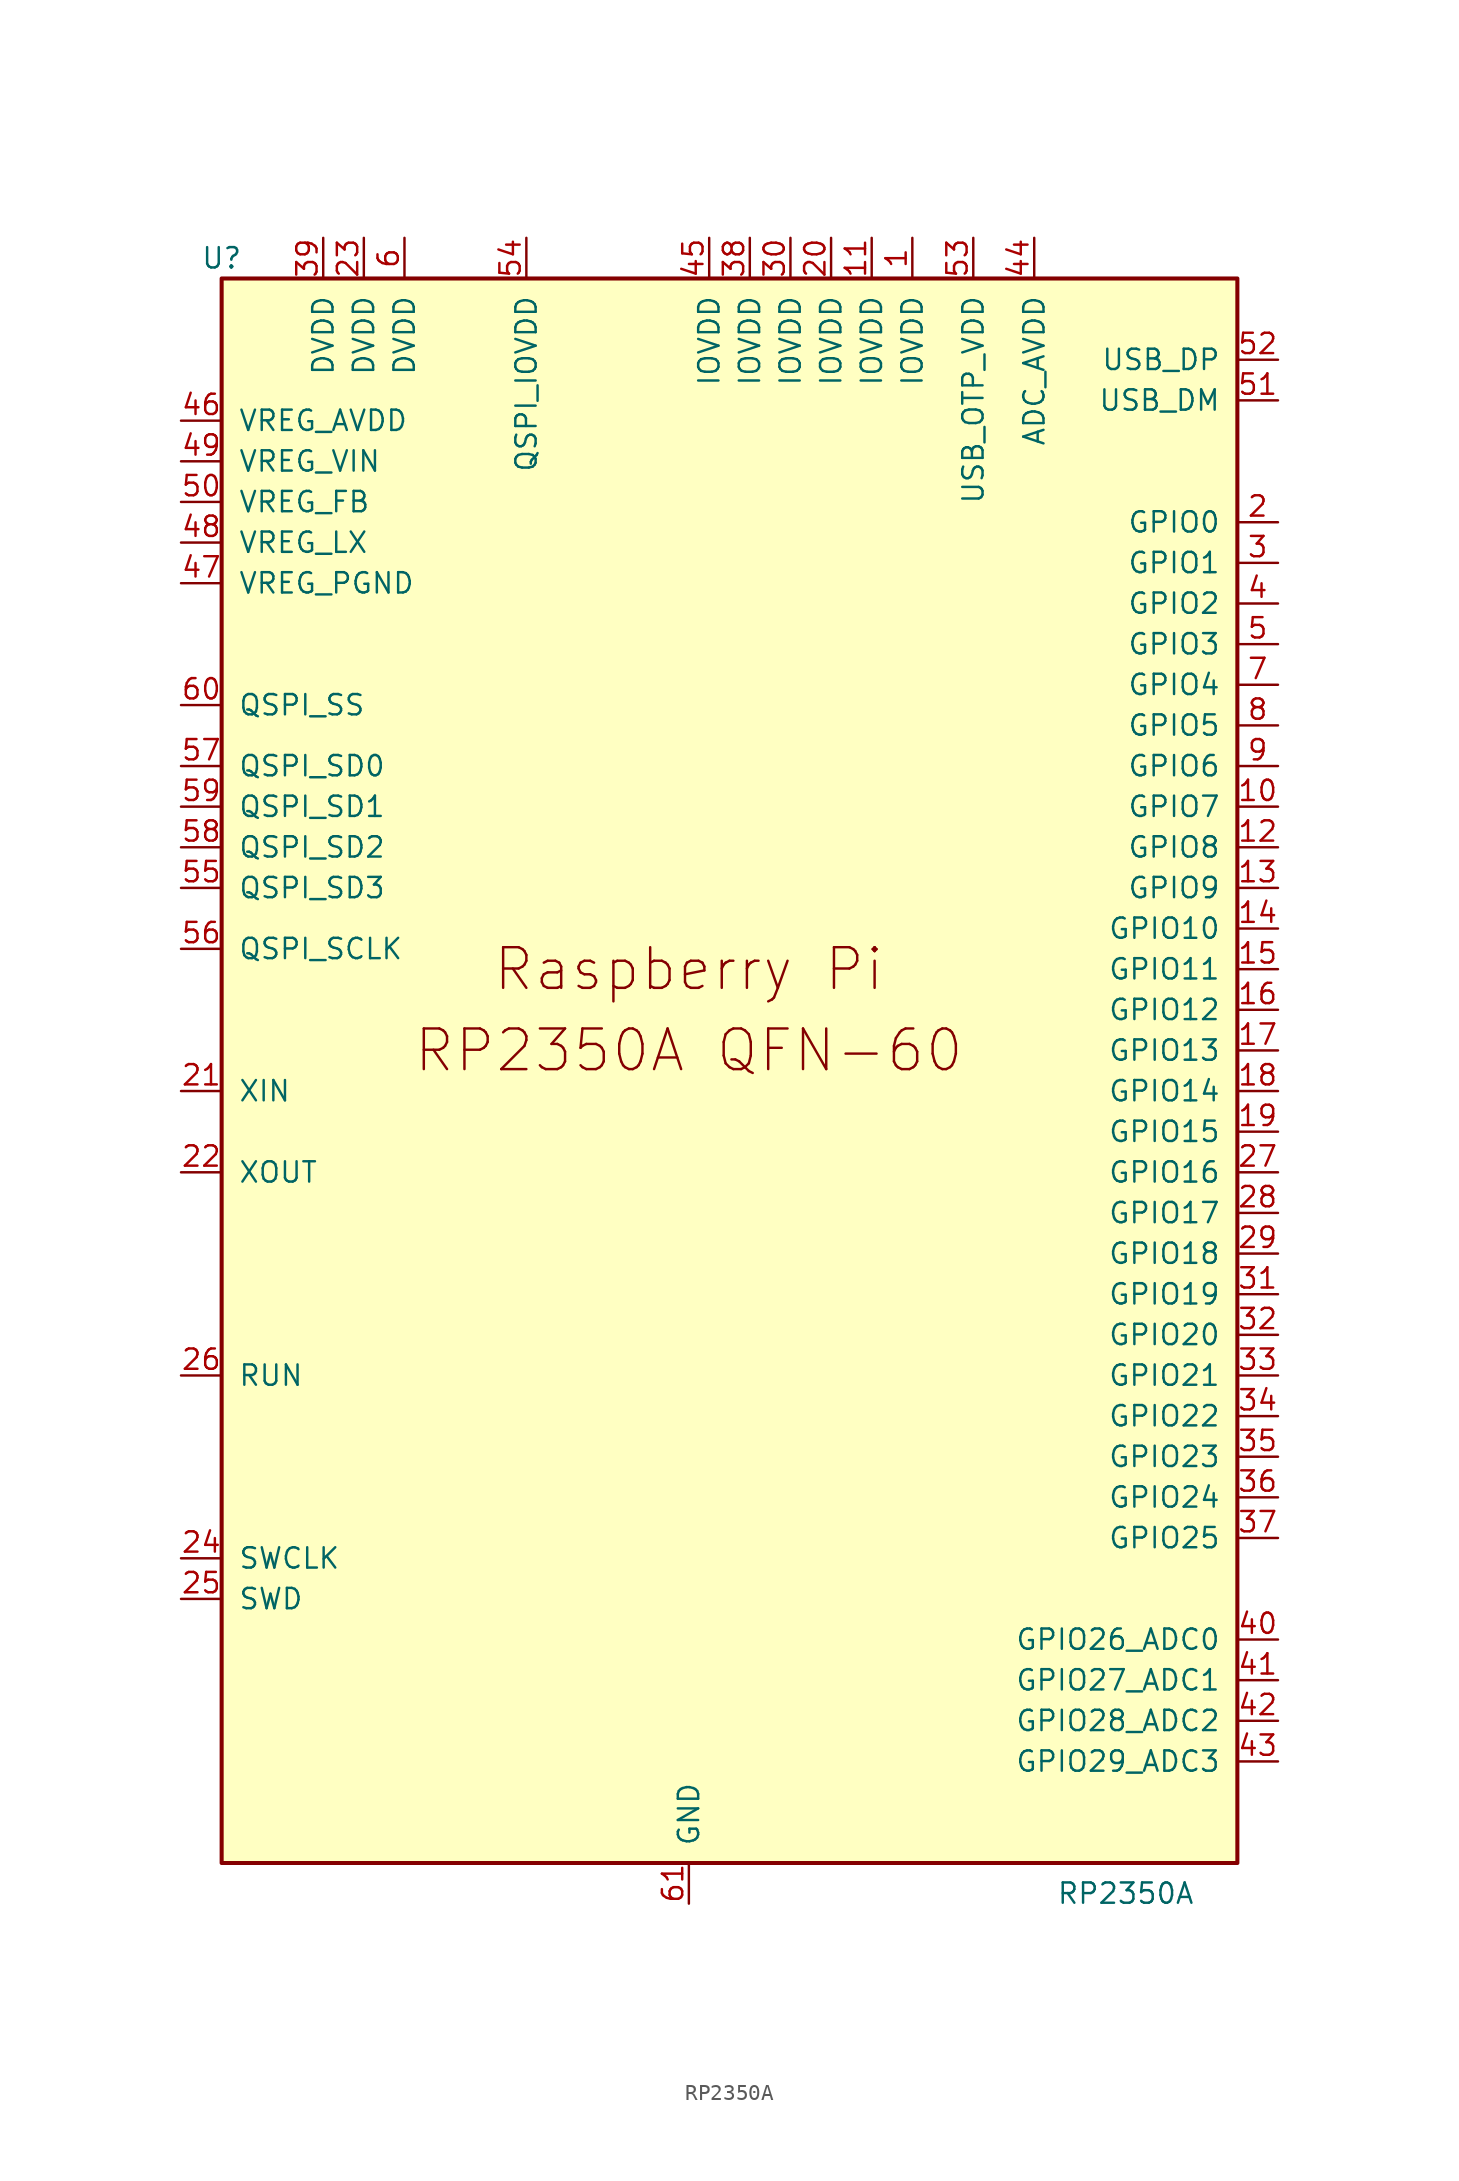
<source format=kicad_sym>
(kicad_symbol_lib
  (version 20241209)
  (generator "kicad_symbol_editor")
  (generator_version "9.0")
  (symbol "RP2350A"
    (pin_names
      (offset 1.016))
    (property "Reference" "U"
      (at -29.21 49.53 0)
      (effects (font (size 1.27 1.27))))
    (property "Value" "RP2350A"
      (at 27.305 -52.705 0)
      (effects (font (size 1.27 1.27))))
    (symbol "RP2350A_0_0"
      (text "Raspberry Pi" (at 0 5.08 0) (effects (font (size 2.54 2.54)))))
    (symbol "RP2350A_0_1"
      (rectangle (start -29.21 48.26) (end 34.29 -50.8) (stroke (width 0.254) (type default)) (fill (type background))))
    (symbol "RP2350A_1_0"
      (text "RP2350A QFN-60" (at 0 0 0) (effects (font (size 2.54 2.54)))))
    (symbol "RP2350A_1_1"
      (pin power_in line (at -31.75 39.37 0) (length 2.54) (name "VREG_AVDD" (effects (font (size 1.27 1.27)))) (number "46" (effects (font (size 1.27 1.27)))))
      (pin power_in line (at -31.75 36.83 0) (length 2.54) (name "VREG_VIN" (effects (font (size 1.27 1.27)))) (number "49" (effects (font (size 1.27 1.27)))))
      (pin input line (at -31.75 34.29 0) (length 2.54) (name "VREG_FB" (effects (font (size 1.27 1.27)))) (number "50" (effects (font (size 1.27 1.27)))))
      (pin power_out line (at -31.75 31.75 0) (length 2.54) (name "VREG_LX" (effects (font (size 1.27 1.27)))) (number "48" (effects (font (size 1.27 1.27)))))
      (pin power_in line (at -31.75 29.21 0) (length 2.54) (name "VREG_PGND" (effects (font (size 1.27 1.27)))) (number "47" (effects (font (size 1.27 1.27)))))
      (pin bidirectional line (at -31.75 21.59 0) (length 2.54) (name "QSPI_SS" (effects (font (size 1.27 1.27)))) (number "60" (effects (font (size 1.27 1.27)))))
      (pin bidirectional line (at -31.75 17.78 0) (length 2.54) (name "QSPI_SD0" (effects (font (size 1.27 1.27)))) (number "57" (effects (font (size 1.27 1.27)))))
      (pin bidirectional line (at -31.75 15.24 0) (length 2.54) (name "QSPI_SD1" (effects (font (size 1.27 1.27)))) (number "59" (effects (font (size 1.27 1.27)))))
      (pin bidirectional line (at -31.75 12.7 0) (length 2.54) (name "QSPI_SD2" (effects (font (size 1.27 1.27)))) (number "58" (effects (font (size 1.27 1.27)))))
      (pin bidirectional line (at -31.75 10.16 0) (length 2.54) (name "QSPI_SD3" (effects (font (size 1.27 1.27)))) (number "55" (effects (font (size 1.27 1.27)))))
      (pin output line (at -31.75 6.35 0) (length 2.54) (name "QSPI_SCLK" (effects (font (size 1.27 1.27)))) (number "56" (effects (font (size 1.27 1.27)))))
      (pin input line (at -31.75 -2.54 0) (length 2.54) (name "XIN" (effects (font (size 1.27 1.27)))) (number "21" (effects (font (size 1.27 1.27)))))
      (pin passive line (at -31.75 -7.62 0) (length 2.54) (name "XOUT" (effects (font (size 1.27 1.27)))) (number "22" (effects (font (size 1.27 1.27)))))
      (pin input line (at -31.75 -20.32 0) (length 2.54) (name "RUN" (effects (font (size 1.27 1.27)))) (number "26" (effects (font (size 1.27 1.27)))))
      (pin output line (at -31.75 -31.75 0) (length 2.54) (name "SWCLK" (effects (font (size 1.27 1.27)))) (number "24" (effects (font (size 1.27 1.27)))))
      (pin bidirectional line (at -31.75 -34.29 0) (length 2.54) (name "SWD" (effects (font (size 1.27 1.27)))) (number "25" (effects (font (size 1.27 1.27)))))
      (pin power_in line (at -22.86 50.8 270) (length 2.54) (name "DVDD" (effects (font (size 1.27 1.27)))) (number "39" (effects (font (size 1.27 1.27)))))
      (pin power_in line (at -20.32 50.8 270) (length 2.54) (name "DVDD" (effects (font (size 1.27 1.27)))) (number "23" (effects (font (size 1.27 1.27)))))
      (pin power_in line (at -17.78 50.8 270) (length 2.54) (name "DVDD" (effects (font (size 1.27 1.27)))) (number "6" (effects (font (size 1.27 1.27)))))
      (pin power_in line (at -10.16 50.8 270) (length 2.54) (name "QSPI_IOVDD" (effects (font (size 1.27 1.27)))) (number "54" (effects (font (size 1.27 1.27)))))
      (pin power_in line (at 0 -53.34 90) (length 2.54) (name "GND" (effects (font (size 1.27 1.27)))) (number "61" (effects (font (size 1.27 1.27)))))
      (pin power_in line (at 1.27 50.8 270) (length 2.54) (name "IOVDD" (effects (font (size 1.27 1.27)))) (number "45" (effects (font (size 1.27 1.27)))))
      (pin power_in line (at 3.81 50.8 270) (length 2.54) (name "IOVDD" (effects (font (size 1.27 1.27)))) (number "38" (effects (font (size 1.27 1.27)))))
      (pin power_in line (at 6.35 50.8 270) (length 2.54) (name "IOVDD" (effects (font (size 1.27 1.27)))) (number "30" (effects (font (size 1.27 1.27)))))
      (pin power_in line (at 8.89 50.8 270) (length 2.54) (name "IOVDD" (effects (font (size 1.27 1.27)))) (number "20" (effects (font (size 1.27 1.27)))))
      (pin power_in line (at 11.43 50.8 270) (length 2.54) (name "IOVDD" (effects (font (size 1.27 1.27)))) (number "11" (effects (font (size 1.27 1.27)))))
      (pin power_in line (at 13.97 50.8 270) (length 2.54) (name "IOVDD" (effects (font (size 1.27 1.27)))) (number "1" (effects (font (size 1.27 1.27)))))
      (pin power_in line (at 17.78 50.8 270) (length 2.54) (name "USB_OTP_VDD" (effects (font (size 1.27 1.27)))) (number "53" (effects (font (size 1.27 1.27)))))
      (pin power_in line (at 21.59 50.8 270) (length 2.54) (name "ADC_AVDD" (effects (font (size 1.27 1.27)))) (number "44" (effects (font (size 1.27 1.27)))))
      (pin bidirectional line (at 36.83 43.18 180) (length 2.54) (name "USB_DP" (effects (font (size 1.27 1.27)))) (number "52" (effects (font (size 1.27 1.27)))))
      (pin bidirectional line (at 36.83 40.64 180) (length 2.54) (name "USB_DM" (effects (font (size 1.27 1.27)))) (number "51" (effects (font (size 1.27 1.27)))))
      (pin bidirectional line (at 36.83 33.02 180) (length 2.54) (name "GPIO0" (effects (font (size 1.27 1.27)))) (number "2" (effects (font (size 1.27 1.27)))))
      (pin bidirectional line (at 36.83 30.48 180) (length 2.54) (name "GPIO1" (effects (font (size 1.27 1.27)))) (number "3" (effects (font (size 1.27 1.27)))))
      (pin bidirectional line (at 36.83 27.94 180) (length 2.54) (name "GPIO2" (effects (font (size 1.27 1.27)))) (number "4" (effects (font (size 1.27 1.27)))))
      (pin bidirectional line (at 36.83 25.4 180) (length 2.54) (name "GPIO3" (effects (font (size 1.27 1.27)))) (number "5" (effects (font (size 1.27 1.27)))))
      (pin bidirectional line (at 36.83 22.86 180) (length 2.54) (name "GPIO4" (effects (font (size 1.27 1.27)))) (number "7" (effects (font (size 1.27 1.27)))))
      (pin bidirectional line (at 36.83 20.32 180) (length 2.54) (name "GPIO5" (effects (font (size 1.27 1.27)))) (number "8" (effects (font (size 1.27 1.27)))))
      (pin bidirectional line (at 36.83 17.78 180) (length 2.54) (name "GPIO6" (effects (font (size 1.27 1.27)))) (number "9" (effects (font (size 1.27 1.27)))))
      (pin bidirectional line (at 36.83 15.24 180) (length 2.54) (name "GPIO7" (effects (font (size 1.27 1.27)))) (number "10" (effects (font (size 1.27 1.27)))))
      (pin bidirectional line (at 36.83 12.7 180) (length 2.54) (name "GPIO8" (effects (font (size 1.27 1.27)))) (number "12" (effects (font (size 1.27 1.27)))))
      (pin bidirectional line (at 36.83 10.16 180) (length 2.54) (name "GPIO9" (effects (font (size 1.27 1.27)))) (number "13" (effects (font (size 1.27 1.27)))))
      (pin bidirectional line (at 36.83 7.62 180) (length 2.54) (name "GPIO10" (effects (font (size 1.27 1.27)))) (number "14" (effects (font (size 1.27 1.27)))))
      (pin bidirectional line (at 36.83 5.08 180) (length 2.54) (name "GPIO11" (effects (font (size 1.27 1.27)))) (number "15" (effects (font (size 1.27 1.27)))))
      (pin bidirectional line (at 36.83 2.54 180) (length 2.54) (name "GPIO12" (effects (font (size 1.27 1.27)))) (number "16" (effects (font (size 1.27 1.27)))))
      (pin bidirectional line (at 36.83 0 180) (length 2.54) (name "GPIO13" (effects (font (size 1.27 1.27)))) (number "17" (effects (font (size 1.27 1.27)))))
      (pin bidirectional line (at 36.83 -2.54 180) (length 2.54) (name "GPIO14" (effects (font (size 1.27 1.27)))) (number "18" (effects (font (size 1.27 1.27)))))
      (pin bidirectional line (at 36.83 -5.08 180) (length 2.54) (name "GPIO15" (effects (font (size 1.27 1.27)))) (number "19" (effects (font (size 1.27 1.27)))))
      (pin bidirectional line (at 36.83 -7.62 180) (length 2.54) (name "GPIO16" (effects (font (size 1.27 1.27)))) (number "27" (effects (font (size 1.27 1.27)))))
      (pin bidirectional line (at 36.83 -10.16 180) (length 2.54) (name "GPIO17" (effects (font (size 1.27 1.27)))) (number "28" (effects (font (size 1.27 1.27)))))
      (pin bidirectional line (at 36.83 -12.7 180) (length 2.54) (name "GPIO18" (effects (font (size 1.27 1.27)))) (number "29" (effects (font (size 1.27 1.27)))))
      (pin bidirectional line (at 36.83 -15.24 180) (length 2.54) (name "GPIO19" (effects (font (size 1.27 1.27)))) (number "31" (effects (font (size 1.27 1.27)))))
      (pin bidirectional line (at 36.83 -17.78 180) (length 2.54) (name "GPIO20" (effects (font (size 1.27 1.27)))) (number "32" (effects (font (size 1.27 1.27)))))
      (pin bidirectional line (at 36.83 -20.32 180) (length 2.54) (name "GPIO21" (effects (font (size 1.27 1.27)))) (number "33" (effects (font (size 1.27 1.27)))))
      (pin bidirectional line (at 36.83 -22.86 180) (length 2.54) (name "GPIO22" (effects (font (size 1.27 1.27)))) (number "34" (effects (font (size 1.27 1.27)))))
      (pin bidirectional line (at 36.83 -25.4 180) (length 2.54) (name "GPIO23" (effects (font (size 1.27 1.27)))) (number "35" (effects (font (size 1.27 1.27)))))
      (pin bidirectional line (at 36.83 -27.94 180) (length 2.54) (name "GPIO24" (effects (font (size 1.27 1.27)))) (number "36" (effects (font (size 1.27 1.27)))))
      (pin bidirectional line (at 36.83 -30.48 180) (length 2.54) (name "GPIO25" (effects (font (size 1.27 1.27)))) (number "37" (effects (font (size 1.27 1.27)))))
      (pin bidirectional line (at 36.83 -36.83 180) (length 2.54) (name "GPIO26_ADC0" (effects (font (size 1.27 1.27)))) (number "40" (effects (font (size 1.27 1.27)))))
      (pin bidirectional line (at 36.83 -39.37 180) (length 2.54) (name "GPIO27_ADC1" (effects (font (size 1.27 1.27)))) (number "41" (effects (font (size 1.27 1.27)))))
      (pin bidirectional line (at 36.83 -41.91 180) (length 2.54) (name "GPIO28_ADC2" (effects (font (size 1.27 1.27)))) (number "42" (effects (font (size 1.27 1.27)))))
      (pin bidirectional line (at 36.83 -44.45 180) (length 2.54) (name "GPIO29_ADC3" (effects (font (size 1.27 1.27)))) (number "43" (effects (font (size 1.27 1.27))))))))
</source>
